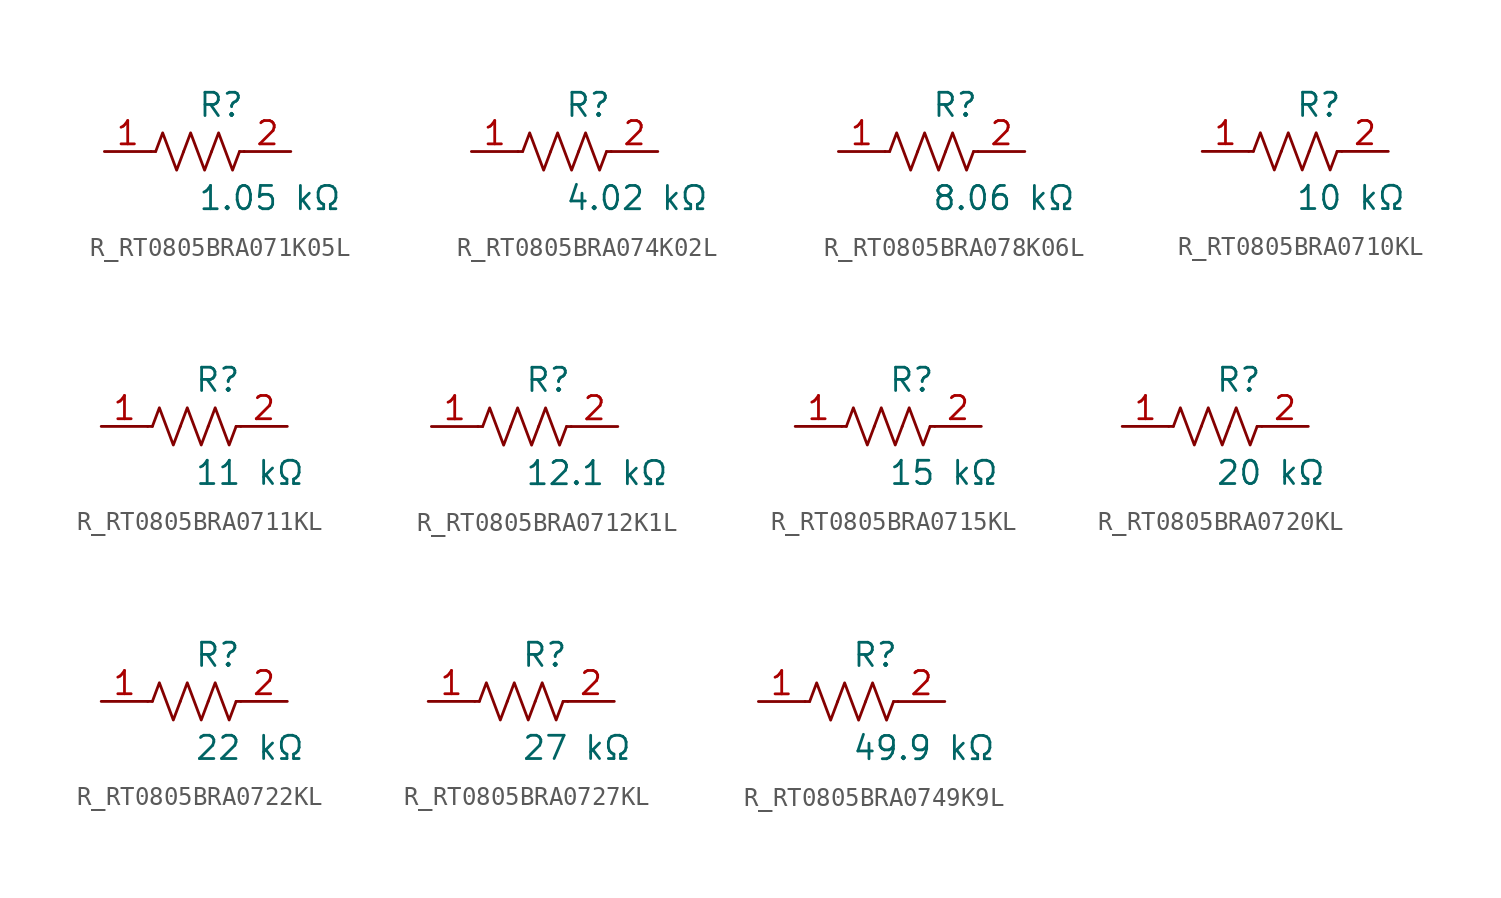
<source format=kicad_sym>
(kicad_symbol_lib
  (version 20231120)
  (generator kicad_symbol_editor)
  (generator_version 8.0)
  (symbol "R_RT0805BRA071K05L"
    (pin_names
      (offset 0.254))
    (property "Reference" "R"
      (at 0.0 2.54 0)
      (effects (font (size 1.27 1.27)) (justify left)))
    (property "Value" "1.05 kΩ"
      (at 0.0 -2.54 0)
      (effects (font (size 1.27 1.27)) (justify left)))
    (symbol "R_RT0805BRA071K05L_0_1"
      (polyline (pts (xy 2.286 0) (xy 2.54 0)) (stroke (width 0) (type default)) (fill (type none)))
      (polyline (pts (xy -2.286 0) (xy -2.54 0)) (stroke (width 0) (type default)) (fill (type none)))
      (polyline (pts (xy 0.762 0) (xy 1.143 1.016) (xy 1.524 0) (xy 1.905 -1.016) (xy 2.286 0)) (stroke (width 0) (type default)) (fill (type none)))
      (polyline (pts (xy -0.762 0) (xy -0.381 1.016) (xy 0 0) (xy 0.381 -1.016) (xy 0.762 0)) (stroke (width 0) (type default)) (fill (type none)))
      (polyline (pts (xy -2.286 0) (xy -1.905 1.016) (xy -1.524 0) (xy -1.143 -1.016) (xy -0.762 0)) (stroke (width 0) (type default)) (fill (type none))))
    (pin unspecified line
      (at -5.08 0 0)
      (length 2.54)
      (name "" (effects (font (size 1.27 1.27))))
      (number "1" (effects (font (size 1.27 1.27)))))
    (pin unspecified line
      (at 5.08 0 180)
      (length 2.54)
      (name "" (effects (font (size 1.27 1.27))))
      (number "2" (effects (font (size 1.27 1.27))))))
  (symbol "R_RT0805BRA074K02L"
    (pin_names
      (offset 0.254))
    (property "Reference" "R"
      (at 0.0 2.54 0)
      (effects (font (size 1.27 1.27)) (justify left)))
    (property "Value" "4.02 kΩ"
      (at 0.0 -2.54 0)
      (effects (font (size 1.27 1.27)) (justify left)))
    (symbol "R_RT0805BRA074K02L_0_1"
      (polyline (pts (xy 2.286 0) (xy 2.54 0)) (stroke (width 0) (type default)) (fill (type none)))
      (polyline (pts (xy -2.286 0) (xy -2.54 0)) (stroke (width 0) (type default)) (fill (type none)))
      (polyline (pts (xy 0.762 0) (xy 1.143 1.016) (xy 1.524 0) (xy 1.905 -1.016) (xy 2.286 0)) (stroke (width 0) (type default)) (fill (type none)))
      (polyline (pts (xy -0.762 0) (xy -0.381 1.016) (xy 0 0) (xy 0.381 -1.016) (xy 0.762 0)) (stroke (width 0) (type default)) (fill (type none)))
      (polyline (pts (xy -2.286 0) (xy -1.905 1.016) (xy -1.524 0) (xy -1.143 -1.016) (xy -0.762 0)) (stroke (width 0) (type default)) (fill (type none))))
    (pin unspecified line
      (at -5.08 0 0)
      (length 2.54)
      (name "" (effects (font (size 1.27 1.27))))
      (number "1" (effects (font (size 1.27 1.27)))))
    (pin unspecified line
      (at 5.08 0 180)
      (length 2.54)
      (name "" (effects (font (size 1.27 1.27))))
      (number "2" (effects (font (size 1.27 1.27))))))
  (symbol "R_RT0805BRA078K06L"
    (pin_names
      (offset 0.254))
    (property "Reference" "R"
      (at 0.0 2.54 0)
      (effects (font (size 1.27 1.27)) (justify left)))
    (property "Value" "8.06 kΩ"
      (at 0.0 -2.54 0)
      (effects (font (size 1.27 1.27)) (justify left)))
    (symbol "R_RT0805BRA078K06L_0_1"
      (polyline (pts (xy 2.286 0) (xy 2.54 0)) (stroke (width 0) (type default)) (fill (type none)))
      (polyline (pts (xy -2.286 0) (xy -2.54 0)) (stroke (width 0) (type default)) (fill (type none)))
      (polyline (pts (xy 0.762 0) (xy 1.143 1.016) (xy 1.524 0) (xy 1.905 -1.016) (xy 2.286 0)) (stroke (width 0) (type default)) (fill (type none)))
      (polyline (pts (xy -0.762 0) (xy -0.381 1.016) (xy 0 0) (xy 0.381 -1.016) (xy 0.762 0)) (stroke (width 0) (type default)) (fill (type none)))
      (polyline (pts (xy -2.286 0) (xy -1.905 1.016) (xy -1.524 0) (xy -1.143 -1.016) (xy -0.762 0)) (stroke (width 0) (type default)) (fill (type none))))
    (pin unspecified line
      (at -5.08 0 0)
      (length 2.54)
      (name "" (effects (font (size 1.27 1.27))))
      (number "1" (effects (font (size 1.27 1.27)))))
    (pin unspecified line
      (at 5.08 0 180)
      (length 2.54)
      (name "" (effects (font (size 1.27 1.27))))
      (number "2" (effects (font (size 1.27 1.27))))))
  (symbol "R_RT0805BRA0710KL"
    (pin_names
      (offset 0.254))
    (property "Reference" "R"
      (at 0.0 2.54 0)
      (effects (font (size 1.27 1.27)) (justify left)))
    (property "Value" "10 kΩ"
      (at 0.0 -2.54 0)
      (effects (font (size 1.27 1.27)) (justify left)))
    (symbol "R_RT0805BRA0710KL_0_1"
      (polyline (pts (xy 2.286 0) (xy 2.54 0)) (stroke (width 0) (type default)) (fill (type none)))
      (polyline (pts (xy -2.286 0) (xy -2.54 0)) (stroke (width 0) (type default)) (fill (type none)))
      (polyline (pts (xy 0.762 0) (xy 1.143 1.016) (xy 1.524 0) (xy 1.905 -1.016) (xy 2.286 0)) (stroke (width 0) (type default)) (fill (type none)))
      (polyline (pts (xy -0.762 0) (xy -0.381 1.016) (xy 0 0) (xy 0.381 -1.016) (xy 0.762 0)) (stroke (width 0) (type default)) (fill (type none)))
      (polyline (pts (xy -2.286 0) (xy -1.905 1.016) (xy -1.524 0) (xy -1.143 -1.016) (xy -0.762 0)) (stroke (width 0) (type default)) (fill (type none))))
    (pin unspecified line
      (at -5.08 0 0)
      (length 2.54)
      (name "" (effects (font (size 1.27 1.27))))
      (number "1" (effects (font (size 1.27 1.27)))))
    (pin unspecified line
      (at 5.08 0 180)
      (length 2.54)
      (name "" (effects (font (size 1.27 1.27))))
      (number "2" (effects (font (size 1.27 1.27))))))
  (symbol "R_RT0805BRA0711KL"
    (pin_names
      (offset 0.254))
    (property "Reference" "R"
      (at 0.0 2.54 0)
      (effects (font (size 1.27 1.27)) (justify left)))
    (property "Value" "11 kΩ"
      (at 0.0 -2.54 0)
      (effects (font (size 1.27 1.27)) (justify left)))
    (symbol "R_RT0805BRA0711KL_0_1"
      (polyline (pts (xy 2.286 0) (xy 2.54 0)) (stroke (width 0) (type default)) (fill (type none)))
      (polyline (pts (xy -2.286 0) (xy -2.54 0)) (stroke (width 0) (type default)) (fill (type none)))
      (polyline (pts (xy 0.762 0) (xy 1.143 1.016) (xy 1.524 0) (xy 1.905 -1.016) (xy 2.286 0)) (stroke (width 0) (type default)) (fill (type none)))
      (polyline (pts (xy -0.762 0) (xy -0.381 1.016) (xy 0 0) (xy 0.381 -1.016) (xy 0.762 0)) (stroke (width 0) (type default)) (fill (type none)))
      (polyline (pts (xy -2.286 0) (xy -1.905 1.016) (xy -1.524 0) (xy -1.143 -1.016) (xy -0.762 0)) (stroke (width 0) (type default)) (fill (type none))))
    (pin unspecified line
      (at -5.08 0 0)
      (length 2.54)
      (name "" (effects (font (size 1.27 1.27))))
      (number "1" (effects (font (size 1.27 1.27)))))
    (pin unspecified line
      (at 5.08 0 180)
      (length 2.54)
      (name "" (effects (font (size 1.27 1.27))))
      (number "2" (effects (font (size 1.27 1.27))))))
  (symbol "R_RT0805BRA0712K1L"
    (pin_names
      (offset 0.254))
    (property "Reference" "R"
      (at 0.0 2.54 0)
      (effects (font (size 1.27 1.27)) (justify left)))
    (property "Value" "12.1 kΩ"
      (at 0.0 -2.54 0)
      (effects (font (size 1.27 1.27)) (justify left)))
    (symbol "R_RT0805BRA0712K1L_0_1"
      (polyline (pts (xy 2.286 0) (xy 2.54 0)) (stroke (width 0) (type default)) (fill (type none)))
      (polyline (pts (xy -2.286 0) (xy -2.54 0)) (stroke (width 0) (type default)) (fill (type none)))
      (polyline (pts (xy 0.762 0) (xy 1.143 1.016) (xy 1.524 0) (xy 1.905 -1.016) (xy 2.286 0)) (stroke (width 0) (type default)) (fill (type none)))
      (polyline (pts (xy -0.762 0) (xy -0.381 1.016) (xy 0 0) (xy 0.381 -1.016) (xy 0.762 0)) (stroke (width 0) (type default)) (fill (type none)))
      (polyline (pts (xy -2.286 0) (xy -1.905 1.016) (xy -1.524 0) (xy -1.143 -1.016) (xy -0.762 0)) (stroke (width 0) (type default)) (fill (type none))))
    (pin unspecified line
      (at -5.08 0 0)
      (length 2.54)
      (name "" (effects (font (size 1.27 1.27))))
      (number "1" (effects (font (size 1.27 1.27)))))
    (pin unspecified line
      (at 5.08 0 180)
      (length 2.54)
      (name "" (effects (font (size 1.27 1.27))))
      (number "2" (effects (font (size 1.27 1.27))))))
  (symbol "R_RT0805BRA0715KL"
    (pin_names
      (offset 0.254))
    (property "Reference" "R"
      (at 0.0 2.54 0)
      (effects (font (size 1.27 1.27)) (justify left)))
    (property "Value" "15 kΩ"
      (at 0.0 -2.54 0)
      (effects (font (size 1.27 1.27)) (justify left)))
    (symbol "R_RT0805BRA0715KL_0_1"
      (polyline (pts (xy 2.286 0) (xy 2.54 0)) (stroke (width 0) (type default)) (fill (type none)))
      (polyline (pts (xy -2.286 0) (xy -2.54 0)) (stroke (width 0) (type default)) (fill (type none)))
      (polyline (pts (xy 0.762 0) (xy 1.143 1.016) (xy 1.524 0) (xy 1.905 -1.016) (xy 2.286 0)) (stroke (width 0) (type default)) (fill (type none)))
      (polyline (pts (xy -0.762 0) (xy -0.381 1.016) (xy 0 0) (xy 0.381 -1.016) (xy 0.762 0)) (stroke (width 0) (type default)) (fill (type none)))
      (polyline (pts (xy -2.286 0) (xy -1.905 1.016) (xy -1.524 0) (xy -1.143 -1.016) (xy -0.762 0)) (stroke (width 0) (type default)) (fill (type none))))
    (pin unspecified line
      (at -5.08 0 0)
      (length 2.54)
      (name "" (effects (font (size 1.27 1.27))))
      (number "1" (effects (font (size 1.27 1.27)))))
    (pin unspecified line
      (at 5.08 0 180)
      (length 2.54)
      (name "" (effects (font (size 1.27 1.27))))
      (number "2" (effects (font (size 1.27 1.27))))))
  (symbol "R_RT0805BRA0720KL"
    (pin_names
      (offset 0.254))
    (property "Reference" "R"
      (at 0.0 2.54 0)
      (effects (font (size 1.27 1.27)) (justify left)))
    (property "Value" "20 kΩ"
      (at 0.0 -2.54 0)
      (effects (font (size 1.27 1.27)) (justify left)))
    (symbol "R_RT0805BRA0720KL_0_1"
      (polyline (pts (xy 2.286 0) (xy 2.54 0)) (stroke (width 0) (type default)) (fill (type none)))
      (polyline (pts (xy -2.286 0) (xy -2.54 0)) (stroke (width 0) (type default)) (fill (type none)))
      (polyline (pts (xy 0.762 0) (xy 1.143 1.016) (xy 1.524 0) (xy 1.905 -1.016) (xy 2.286 0)) (stroke (width 0) (type default)) (fill (type none)))
      (polyline (pts (xy -0.762 0) (xy -0.381 1.016) (xy 0 0) (xy 0.381 -1.016) (xy 0.762 0)) (stroke (width 0) (type default)) (fill (type none)))
      (polyline (pts (xy -2.286 0) (xy -1.905 1.016) (xy -1.524 0) (xy -1.143 -1.016) (xy -0.762 0)) (stroke (width 0) (type default)) (fill (type none))))
    (pin unspecified line
      (at -5.08 0 0)
      (length 2.54)
      (name "" (effects (font (size 1.27 1.27))))
      (number "1" (effects (font (size 1.27 1.27)))))
    (pin unspecified line
      (at 5.08 0 180)
      (length 2.54)
      (name "" (effects (font (size 1.27 1.27))))
      (number "2" (effects (font (size 1.27 1.27))))))
  (symbol "R_RT0805BRA0722KL"
    (pin_names
      (offset 0.254))
    (property "Reference" "R"
      (at 0.0 2.54 0)
      (effects (font (size 1.27 1.27)) (justify left)))
    (property "Value" "22 kΩ"
      (at 0.0 -2.54 0)
      (effects (font (size 1.27 1.27)) (justify left)))
    (symbol "R_RT0805BRA0722KL_0_1"
      (polyline (pts (xy 2.286 0) (xy 2.54 0)) (stroke (width 0) (type default)) (fill (type none)))
      (polyline (pts (xy -2.286 0) (xy -2.54 0)) (stroke (width 0) (type default)) (fill (type none)))
      (polyline (pts (xy 0.762 0) (xy 1.143 1.016) (xy 1.524 0) (xy 1.905 -1.016) (xy 2.286 0)) (stroke (width 0) (type default)) (fill (type none)))
      (polyline (pts (xy -0.762 0) (xy -0.381 1.016) (xy 0 0) (xy 0.381 -1.016) (xy 0.762 0)) (stroke (width 0) (type default)) (fill (type none)))
      (polyline (pts (xy -2.286 0) (xy -1.905 1.016) (xy -1.524 0) (xy -1.143 -1.016) (xy -0.762 0)) (stroke (width 0) (type default)) (fill (type none))))
    (pin unspecified line
      (at -5.08 0 0)
      (length 2.54)
      (name "" (effects (font (size 1.27 1.27))))
      (number "1" (effects (font (size 1.27 1.27)))))
    (pin unspecified line
      (at 5.08 0 180)
      (length 2.54)
      (name "" (effects (font (size 1.27 1.27))))
      (number "2" (effects (font (size 1.27 1.27))))))
  (symbol "R_RT0805BRA0727KL"
    (pin_names
      (offset 0.254))
    (property "Reference" "R"
      (at 0.0 2.54 0)
      (effects (font (size 1.27 1.27)) (justify left)))
    (property "Value" "27 kΩ"
      (at 0.0 -2.54 0)
      (effects (font (size 1.27 1.27)) (justify left)))
    (symbol "R_RT0805BRA0727KL_0_1"
      (polyline (pts (xy 2.286 0) (xy 2.54 0)) (stroke (width 0) (type default)) (fill (type none)))
      (polyline (pts (xy -2.286 0) (xy -2.54 0)) (stroke (width 0) (type default)) (fill (type none)))
      (polyline (pts (xy 0.762 0) (xy 1.143 1.016) (xy 1.524 0) (xy 1.905 -1.016) (xy 2.286 0)) (stroke (width 0) (type default)) (fill (type none)))
      (polyline (pts (xy -0.762 0) (xy -0.381 1.016) (xy 0 0) (xy 0.381 -1.016) (xy 0.762 0)) (stroke (width 0) (type default)) (fill (type none)))
      (polyline (pts (xy -2.286 0) (xy -1.905 1.016) (xy -1.524 0) (xy -1.143 -1.016) (xy -0.762 0)) (stroke (width 0) (type default)) (fill (type none))))
    (pin unspecified line
      (at -5.08 0 0)
      (length 2.54)
      (name "" (effects (font (size 1.27 1.27))))
      (number "1" (effects (font (size 1.27 1.27)))))
    (pin unspecified line
      (at 5.08 0 180)
      (length 2.54)
      (name "" (effects (font (size 1.27 1.27))))
      (number "2" (effects (font (size 1.27 1.27))))))
  (symbol "R_RT0805BRA0749K9L"
    (pin_names
      (offset 0.254))
    (property "Reference" "R"
      (at 0.0 2.54 0)
      (effects (font (size 1.27 1.27)) (justify left)))
    (property "Value" "49.9 kΩ"
      (at 0.0 -2.54 0)
      (effects (font (size 1.27 1.27)) (justify left)))
    (symbol "R_RT0805BRA0749K9L_0_1"
      (polyline (pts (xy 2.286 0) (xy 2.54 0)) (stroke (width 0) (type default)) (fill (type none)))
      (polyline (pts (xy -2.286 0) (xy -2.54 0)) (stroke (width 0) (type default)) (fill (type none)))
      (polyline (pts (xy 0.762 0) (xy 1.143 1.016) (xy 1.524 0) (xy 1.905 -1.016) (xy 2.286 0)) (stroke (width 0) (type default)) (fill (type none)))
      (polyline (pts (xy -0.762 0) (xy -0.381 1.016) (xy 0 0) (xy 0.381 -1.016) (xy 0.762 0)) (stroke (width 0) (type default)) (fill (type none)))
      (polyline (pts (xy -2.286 0) (xy -1.905 1.016) (xy -1.524 0) (xy -1.143 -1.016) (xy -0.762 0)) (stroke (width 0) (type default)) (fill (type none))))
    (pin unspecified line
      (at -5.08 0 0)
      (length 2.54)
      (name "" (effects (font (size 1.27 1.27))))
      (number "1" (effects (font (size 1.27 1.27)))))
    (pin unspecified line
      (at 5.08 0 180)
      (length 2.54)
      (name "" (effects (font (size 1.27 1.27))))
      (number "2" (effects (font (size 1.27 1.27)))))))
</source>
